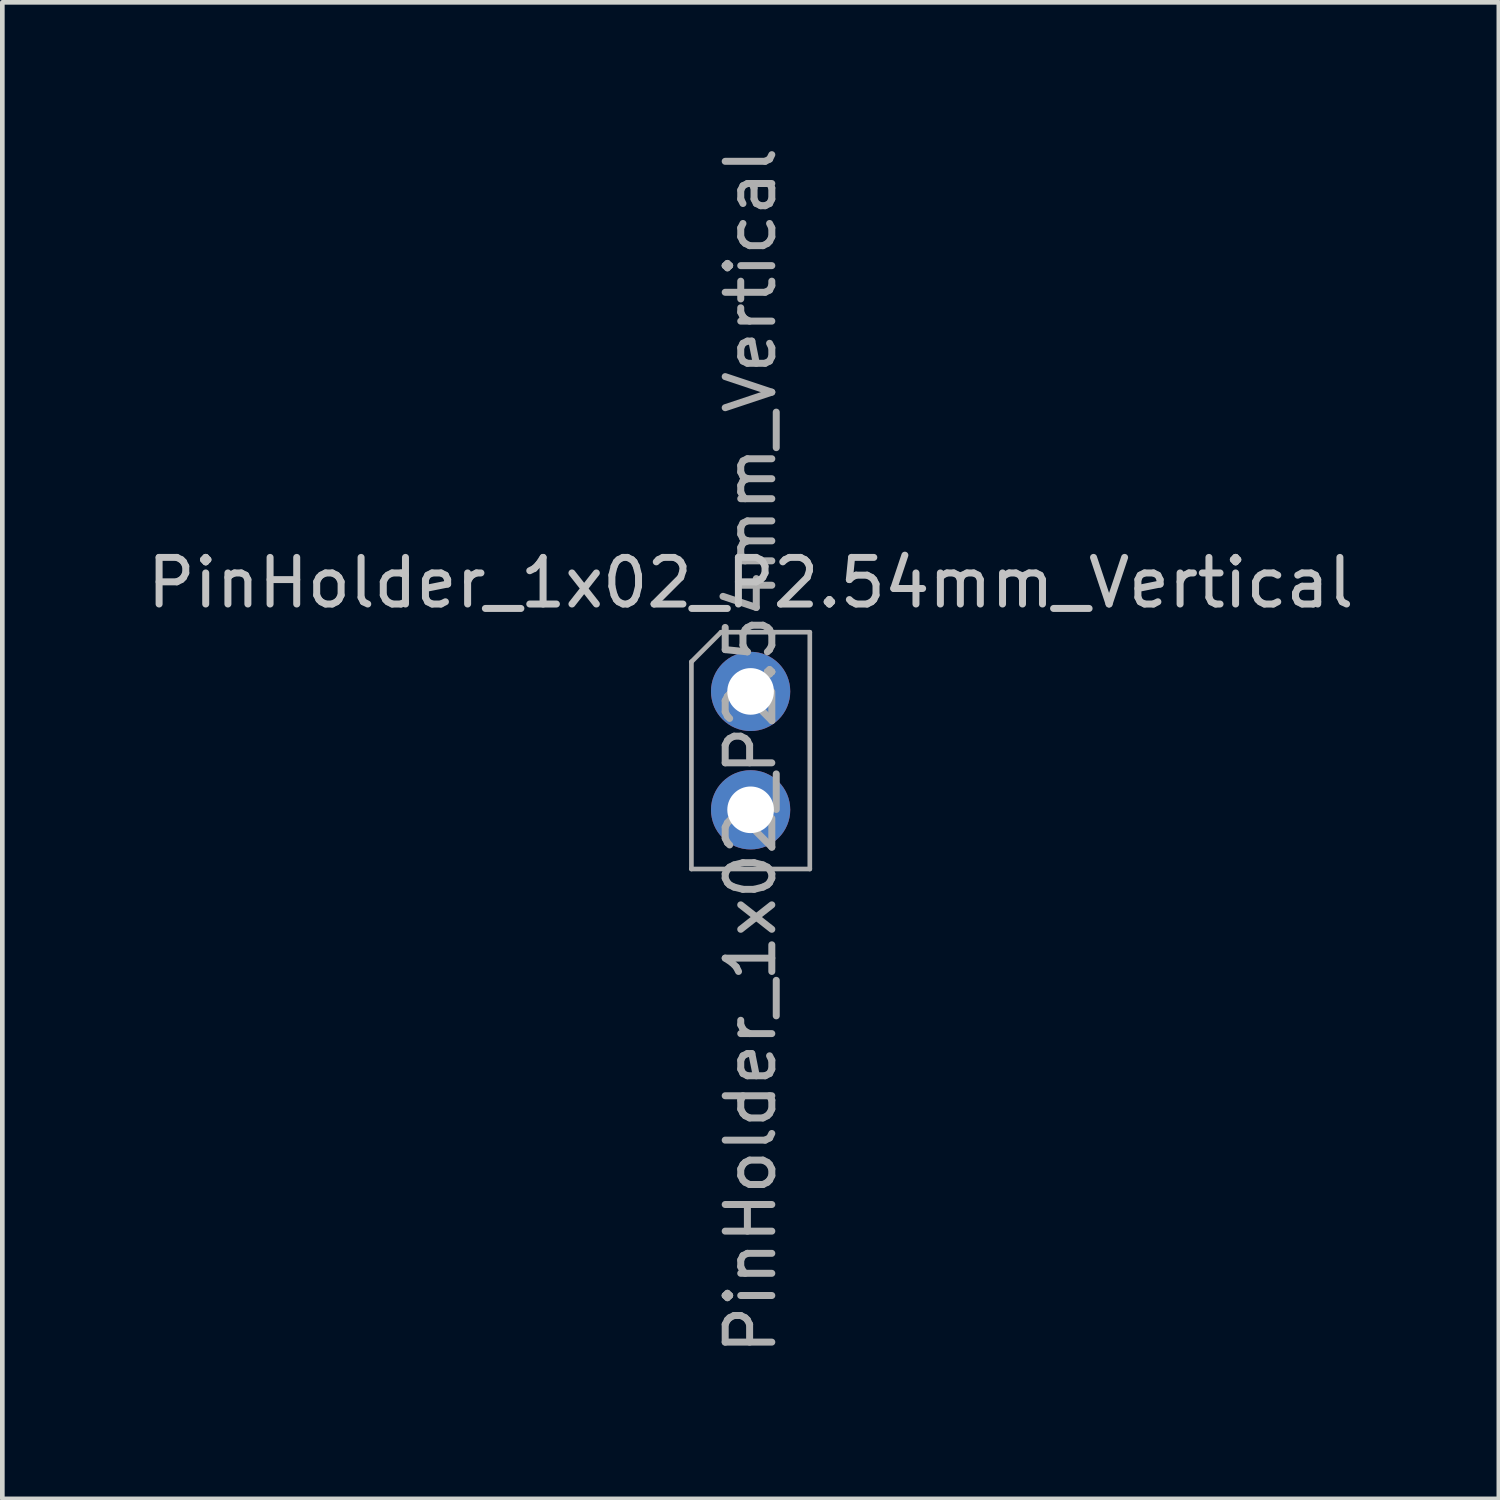
<source format=kicad_pcb>
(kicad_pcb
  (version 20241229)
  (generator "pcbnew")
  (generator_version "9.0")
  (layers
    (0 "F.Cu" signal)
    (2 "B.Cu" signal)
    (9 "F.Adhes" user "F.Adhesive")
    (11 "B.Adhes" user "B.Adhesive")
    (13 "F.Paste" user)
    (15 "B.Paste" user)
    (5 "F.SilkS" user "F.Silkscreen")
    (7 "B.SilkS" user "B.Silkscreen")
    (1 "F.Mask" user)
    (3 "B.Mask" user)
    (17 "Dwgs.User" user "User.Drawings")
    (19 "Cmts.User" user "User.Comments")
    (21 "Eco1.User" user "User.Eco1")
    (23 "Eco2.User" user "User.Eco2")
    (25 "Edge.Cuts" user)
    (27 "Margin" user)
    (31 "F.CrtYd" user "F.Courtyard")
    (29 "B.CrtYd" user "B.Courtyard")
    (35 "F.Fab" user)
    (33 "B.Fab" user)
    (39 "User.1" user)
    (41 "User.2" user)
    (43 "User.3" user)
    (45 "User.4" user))
  (footprint "PinHolder_1x02_P2.54mm_Vertical"
    (layer "F.Cu")
    (at 13.054 11.784)
    (property "Reference" "PinHolder_1x02_P2.54mm_Vertical" (at 0 -2.33 0) (layer "Dwgs.User") (effects (font (size 1 1) (thickness 0.15))))
    (attr through_hole)
    (fp_line (start -1.27 -0.635) (end -0.635 -1.27) (stroke (width 0.1) (type solid)) (layer "F.Fab"))
    (fp_line (start -1.27 3.81) (end -1.27 -0.635) (stroke (width 0.1) (type solid)) (layer "F.Fab"))
    (fp_line (start -0.635 -1.27) (end 1.27 -1.27) (stroke (width 0.1) (type solid)) (layer "F.Fab"))
    (fp_line (start 1.27 -1.27) (end 1.27 3.81) (stroke (width 0.1) (type solid)) (layer "F.Fab"))
    (fp_line (start 1.27 3.81) (end -1.27 3.81) (stroke (width 0.1) (type solid)) (layer "F.Fab"))
    (fp_text user "${REFERENCE}" (at 0 1.27 90) (layer "F.Fab") (effects (font (size 1 1) (thickness 0.15))))
    (pad "1" thru_hole circle (at 0 0) (size 1.7 1.7) (drill 1) (layers "*.Cu" "*.Mask"))
    (pad "2" thru_hole oval (at 0 2.54) (size 1.7 1.7) (drill 1) (layers "*.Cu" "*.Mask")))
  (gr_rect
    (start -3 -3)
    (end 29.107 29.107)
    (stroke (width 0.1) (type default))
    (fill no)
    (layer "Edge.Cuts")))
</source>
